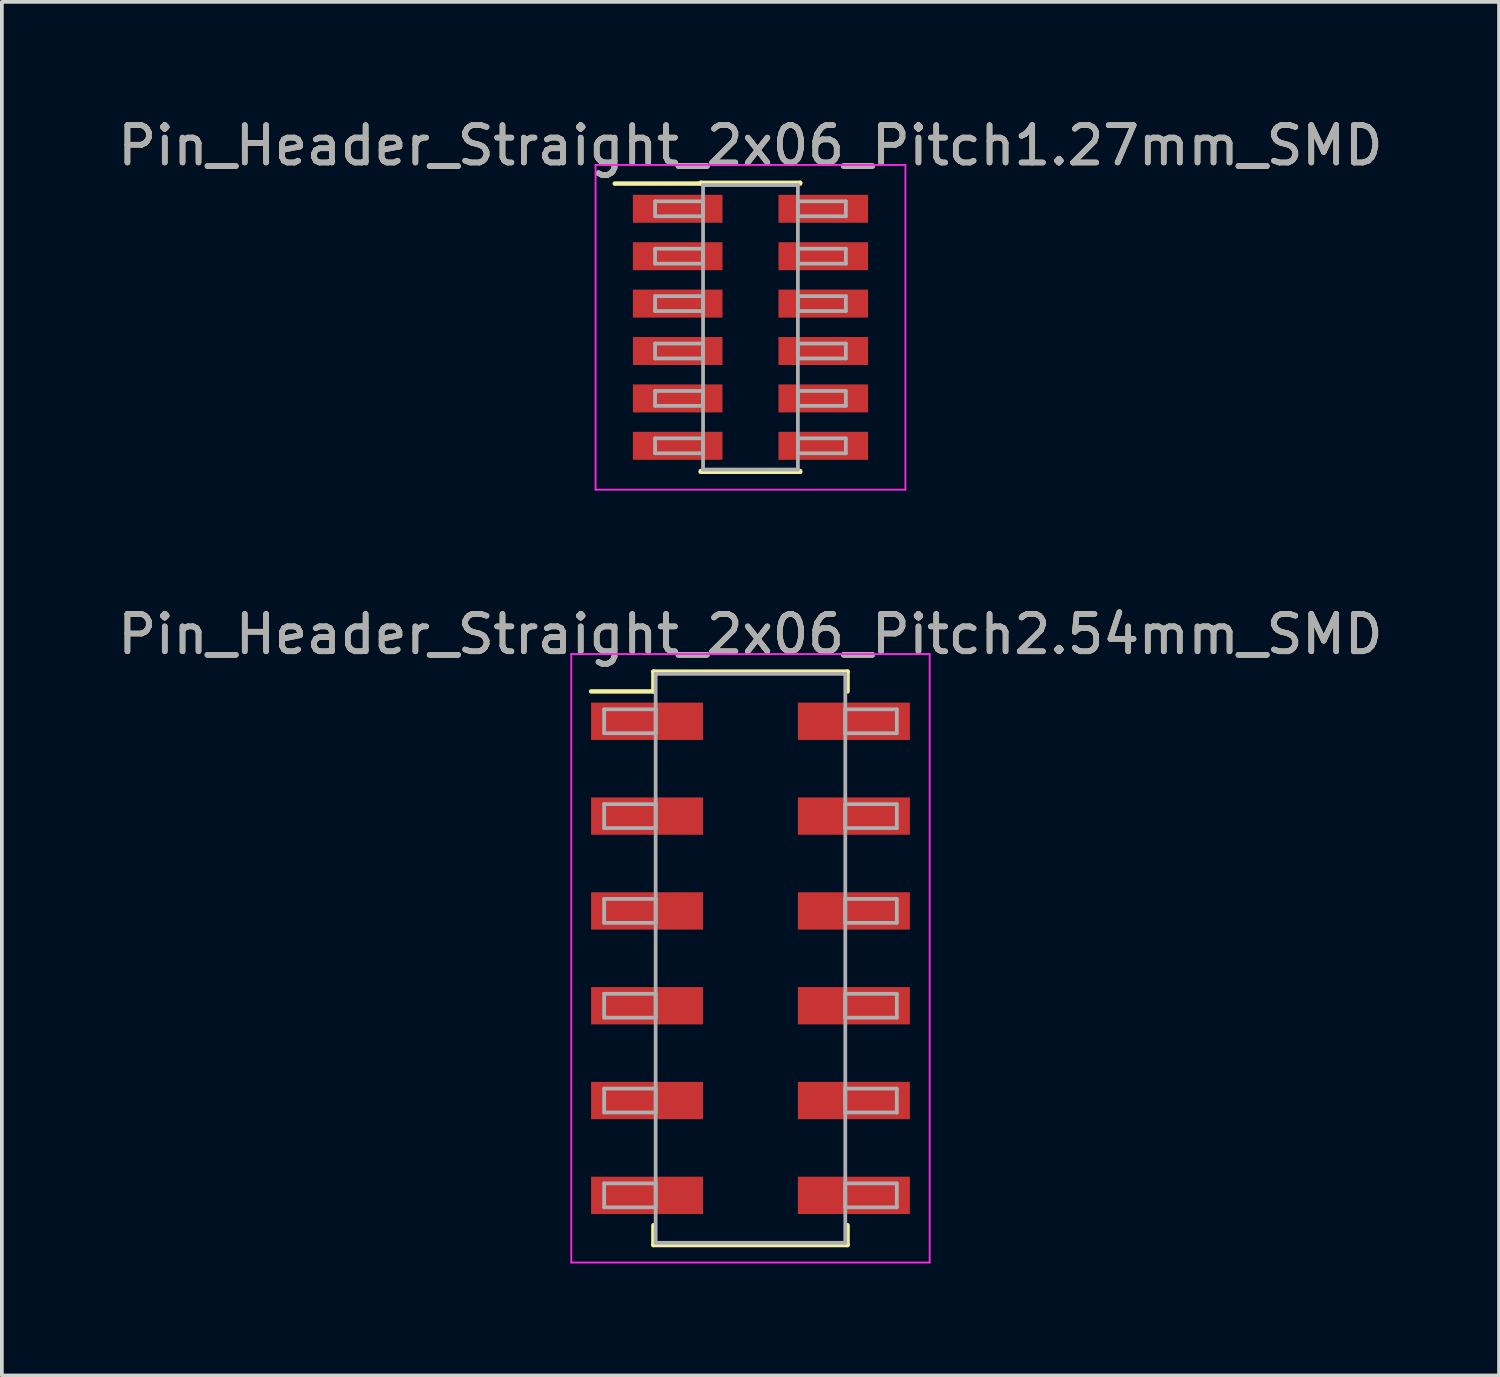
<source format=kicad_pcb>
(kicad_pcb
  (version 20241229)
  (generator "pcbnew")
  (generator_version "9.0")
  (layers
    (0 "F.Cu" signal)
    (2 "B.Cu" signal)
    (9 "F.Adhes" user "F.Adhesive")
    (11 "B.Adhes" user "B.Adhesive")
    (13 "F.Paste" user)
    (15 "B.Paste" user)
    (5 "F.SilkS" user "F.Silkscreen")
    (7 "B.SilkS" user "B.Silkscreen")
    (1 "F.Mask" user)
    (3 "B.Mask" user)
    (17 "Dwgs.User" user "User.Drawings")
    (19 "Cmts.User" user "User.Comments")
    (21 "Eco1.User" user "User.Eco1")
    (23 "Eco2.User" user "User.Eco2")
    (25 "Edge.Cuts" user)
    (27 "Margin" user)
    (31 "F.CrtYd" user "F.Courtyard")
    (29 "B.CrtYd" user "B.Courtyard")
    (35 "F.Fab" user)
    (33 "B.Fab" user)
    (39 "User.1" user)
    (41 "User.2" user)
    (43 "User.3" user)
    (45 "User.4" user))
  (footprint "Pin_Header_Straight_2x06_Pitch2.54mm_SMD"
    (layer "F.Cu")
    (at 17.054 22.622)
    (property "Reference" "Pin_Header_Straight_2x06_Pitch2.54mm_SMD" (at 0 -8.68 0) (layer "F.SilkS") (effects (font (size 1 1) (thickness 0.15))))
    (attr smd)
    (fp_line (start -4.27 -7.15) (end -2.6 -7.15) (stroke (width 0.12) (type solid)) (layer "F.SilkS"))
    (fp_line (start -2.6 -7.68) (end 2.6 -7.68) (stroke (width 0.12) (type solid)) (layer "F.SilkS"))
    (fp_line (start -2.6 -7.15) (end -2.6 -7.68) (stroke (width 0.12) (type solid)) (layer "F.SilkS"))
    (fp_line (start -2.6 7.15) (end -2.6 7.68) (stroke (width 0.12) (type solid)) (layer "F.SilkS"))
    (fp_line (start -2.6 7.68) (end 2.6 7.68) (stroke (width 0.12) (type solid)) (layer "F.SilkS"))
    (fp_line (start 2.6 -7.68) (end 2.6 -7.15) (stroke (width 0.12) (type solid)) (layer "F.SilkS"))
    (fp_line (start 2.6 7.68) (end 2.6 7.15) (stroke (width 0.12) (type solid)) (layer "F.SilkS"))
    (fp_line (start -4.8 -8.15) (end -4.8 8.15) (stroke (width 0.05) (type solid)) (layer "F.CrtYd"))
    (fp_line (start -4.8 8.15) (end 4.8 8.15) (stroke (width 0.05) (type solid)) (layer "F.CrtYd"))
    (fp_line (start 4.8 -8.15) (end -4.8 -8.15) (stroke (width 0.05) (type solid)) (layer "F.CrtYd"))
    (fp_line (start 4.8 8.15) (end 4.8 -8.15) (stroke (width 0.05) (type solid)) (layer "F.CrtYd"))
    (fp_line (start -3.92 -6.67) (end -2.54 -6.67) (stroke (width 0.1) (type solid)) (layer "F.Fab"))
    (fp_line (start -3.92 -6.03) (end -3.92 -6.67) (stroke (width 0.1) (type solid)) (layer "F.Fab"))
    (fp_line (start -3.92 -4.13) (end -2.54 -4.13) (stroke (width 0.1) (type solid)) (layer "F.Fab"))
    (fp_line (start -3.92 -3.49) (end -3.92 -4.13) (stroke (width 0.1) (type solid)) (layer "F.Fab"))
    (fp_line (start -3.92 -1.59) (end -2.54 -1.59) (stroke (width 0.1) (type solid)) (layer "F.Fab"))
    (fp_line (start -3.92 -0.95) (end -3.92 -1.59) (stroke (width 0.1) (type solid)) (layer "F.Fab"))
    (fp_line (start -3.92 0.95) (end -2.54 0.95) (stroke (width 0.1) (type solid)) (layer "F.Fab"))
    (fp_line (start -3.92 1.59) (end -3.92 0.95) (stroke (width 0.1) (type solid)) (layer "F.Fab"))
    (fp_line (start -3.92 3.49) (end -2.54 3.49) (stroke (width 0.1) (type solid)) (layer "F.Fab"))
    (fp_line (start -3.92 4.13) (end -3.92 3.49) (stroke (width 0.1) (type solid)) (layer "F.Fab"))
    (fp_line (start -3.92 6.03) (end -2.54 6.03) (stroke (width 0.1) (type solid)) (layer "F.Fab"))
    (fp_line (start -3.92 6.67) (end -3.92 6.03) (stroke (width 0.1) (type solid)) (layer "F.Fab"))
    (fp_line (start -2.54 -7.62) (end -2.54 7.62) (stroke (width 0.1) (type solid)) (layer "F.Fab"))
    (fp_line (start -2.54 -6.67) (end -2.54 -6.03) (stroke (width 0.1) (type solid)) (layer "F.Fab"))
    (fp_line (start -2.54 -6.03) (end -3.92 -6.03) (stroke (width 0.1) (type solid)) (layer "F.Fab"))
    (fp_line (start -2.54 -4.13) (end -2.54 -3.49) (stroke (width 0.1) (type solid)) (layer "F.Fab"))
    (fp_line (start -2.54 -3.49) (end -3.92 -3.49) (stroke (width 0.1) (type solid)) (layer "F.Fab"))
    (fp_line (start -2.54 -1.59) (end -2.54 -0.95) (stroke (width 0.1) (type solid)) (layer "F.Fab"))
    (fp_line (start -2.54 -0.95) (end -3.92 -0.95) (stroke (width 0.1) (type solid)) (layer "F.Fab"))
    (fp_line (start -2.54 0.95) (end -2.54 1.59) (stroke (width 0.1) (type solid)) (layer "F.Fab"))
    (fp_line (start -2.54 1.59) (end -3.92 1.59) (stroke (width 0.1) (type solid)) (layer "F.Fab"))
    (fp_line (start -2.54 3.49) (end -2.54 4.13) (stroke (width 0.1) (type solid)) (layer "F.Fab"))
    (fp_line (start -2.54 4.13) (end -3.92 4.13) (stroke (width 0.1) (type solid)) (layer "F.Fab"))
    (fp_line (start -2.54 6.03) (end -2.54 6.67) (stroke (width 0.1) (type solid)) (layer "F.Fab"))
    (fp_line (start -2.54 6.67) (end -3.92 6.67) (stroke (width 0.1) (type solid)) (layer "F.Fab"))
    (fp_line (start -2.54 7.62) (end 2.54 7.62) (stroke (width 0.1) (type solid)) (layer "F.Fab"))
    (fp_line (start 2.54 -7.62) (end -2.54 -7.62) (stroke (width 0.1) (type solid)) (layer "F.Fab"))
    (fp_line (start 2.54 -6.67) (end 2.54 -6.03) (stroke (width 0.1) (type solid)) (layer "F.Fab"))
    (fp_line (start 2.54 -6.03) (end 3.92 -6.03) (stroke (width 0.1) (type solid)) (layer "F.Fab"))
    (fp_line (start 2.54 -4.13) (end 2.54 -3.49) (stroke (width 0.1) (type solid)) (layer "F.Fab"))
    (fp_line (start 2.54 -3.49) (end 3.92 -3.49) (stroke (width 0.1) (type solid)) (layer "F.Fab"))
    (fp_line (start 2.54 -1.59) (end 2.54 -0.95) (stroke (width 0.1) (type solid)) (layer "F.Fab"))
    (fp_line (start 2.54 -0.95) (end 3.92 -0.95) (stroke (width 0.1) (type solid)) (layer "F.Fab"))
    (fp_line (start 2.54 0.95) (end 2.54 1.59) (stroke (width 0.1) (type solid)) (layer "F.Fab"))
    (fp_line (start 2.54 1.59) (end 3.92 1.59) (stroke (width 0.1) (type solid)) (layer "F.Fab"))
    (fp_line (start 2.54 3.49) (end 2.54 4.13) (stroke (width 0.1) (type solid)) (layer "F.Fab"))
    (fp_line (start 2.54 4.13) (end 3.92 4.13) (stroke (width 0.1) (type solid)) (layer "F.Fab"))
    (fp_line (start 2.54 6.03) (end 2.54 6.67) (stroke (width 0.1) (type solid)) (layer "F.Fab"))
    (fp_line (start 2.54 6.67) (end 3.92 6.67) (stroke (width 0.1) (type solid)) (layer "F.Fab"))
    (fp_line (start 2.54 7.62) (end 2.54 -7.62) (stroke (width 0.1) (type solid)) (layer "F.Fab"))
    (fp_line (start 3.92 -6.67) (end 2.54 -6.67) (stroke (width 0.1) (type solid)) (layer "F.Fab"))
    (fp_line (start 3.92 -6.03) (end 3.92 -6.67) (stroke (width 0.1) (type solid)) (layer "F.Fab"))
    (fp_line (start 3.92 -4.13) (end 2.54 -4.13) (stroke (width 0.1) (type solid)) (layer "F.Fab"))
    (fp_line (start 3.92 -3.49) (end 3.92 -4.13) (stroke (width 0.1) (type solid)) (layer "F.Fab"))
    (fp_line (start 3.92 -1.59) (end 2.54 -1.59) (stroke (width 0.1) (type solid)) (layer "F.Fab"))
    (fp_line (start 3.92 -0.95) (end 3.92 -1.59) (stroke (width 0.1) (type solid)) (layer "F.Fab"))
    (fp_line (start 3.92 0.95) (end 2.54 0.95) (stroke (width 0.1) (type solid)) (layer "F.Fab"))
    (fp_line (start 3.92 1.59) (end 3.92 0.95) (stroke (width 0.1) (type solid)) (layer "F.Fab"))
    (fp_line (start 3.92 3.49) (end 2.54 3.49) (stroke (width 0.1) (type solid)) (layer "F.Fab"))
    (fp_line (start 3.92 4.13) (end 3.92 3.49) (stroke (width 0.1) (type solid)) (layer "F.Fab"))
    (fp_line (start 3.92 6.03) (end 2.54 6.03) (stroke (width 0.1) (type solid)) (layer "F.Fab"))
    (fp_line (start 3.92 6.67) (end 3.92 6.03) (stroke (width 0.1) (type solid)) (layer "F.Fab"))
    (fp_text user "${REFERENCE}" (at 0 -8.68 0) (layer "F.Fab") (effects (font (size 1 1) (thickness 0.15))))
    (pad "1" smd rect (at -2.77 -6.35) (size 3 1) (layers "F.Cu" "F.Mask" "F.Paste"))
    (pad "2" smd rect (at 2.77 -6.35) (size 3 1) (layers "F.Cu" "F.Mask" "F.Paste"))
    (pad "3" smd rect (at -2.77 -3.81) (size 3 1) (layers "F.Cu" "F.Mask" "F.Paste"))
    (pad "4" smd rect (at 2.77 -3.81) (size 3 1) (layers "F.Cu" "F.Mask" "F.Paste"))
    (pad "5" smd rect (at -2.77 -1.27) (size 3 1) (layers "F.Cu" "F.Mask" "F.Paste"))
    (pad "6" smd rect (at 2.77 -1.27) (size 3 1) (layers "F.Cu" "F.Mask" "F.Paste"))
    (pad "7" smd rect (at -2.77 1.27) (size 3 1) (layers "F.Cu" "F.Mask" "F.Paste"))
    (pad "8" smd rect (at 2.77 1.27) (size 3 1) (layers "F.Cu" "F.Mask" "F.Paste"))
    (pad "9" smd rect (at -2.77 3.81) (size 3 1) (layers "F.Cu" "F.Mask" "F.Paste"))
    (pad "10" smd rect (at 2.77 3.81) (size 3 1) (layers "F.Cu" "F.Mask" "F.Paste"))
    (pad "11" smd rect (at -2.77 6.35) (size 3 1) (layers "F.Cu" "F.Mask" "F.Paste"))
    (pad "12" smd rect (at 2.77 6.35) (size 3 1) (layers "F.Cu" "F.Mask" "F.Paste")))
  (footprint "Pin_Header_Straight_2x06_Pitch1.27mm_SMD"
    (layer "F.Cu")
    (at 17.054 5.718)
    (property "Reference" "Pin_Header_Straight_2x06_Pitch1.27mm_SMD" (at 0 -4.87 0) (layer "F.SilkS") (effects (font (size 1 1) (thickness 0.15))))
    (attr smd)
    (fp_line (start -3.635 -3.85) (end -1.33 -3.85) (stroke (width 0.12) (type solid)) (layer "F.SilkS"))
    (fp_line (start -1.33 -3.87) (end 1.33 -3.87) (stroke (width 0.12) (type solid)) (layer "F.SilkS"))
    (fp_line (start -1.33 -3.85) (end -1.33 -3.87) (stroke (width 0.12) (type solid)) (layer "F.SilkS"))
    (fp_line (start -1.33 3.85) (end -1.33 3.87) (stroke (width 0.12) (type solid)) (layer "F.SilkS"))
    (fp_line (start -1.33 3.87) (end 1.33 3.87) (stroke (width 0.12) (type solid)) (layer "F.SilkS"))
    (fp_line (start 1.33 -3.87) (end 1.33 -3.85) (stroke (width 0.12) (type solid)) (layer "F.SilkS"))
    (fp_line (start 1.33 3.87) (end 1.33 3.85) (stroke (width 0.12) (type solid)) (layer "F.SilkS"))
    (fp_line (start -4.15 -4.35) (end -4.15 4.35) (stroke (width 0.05) (type solid)) (layer "F.CrtYd"))
    (fp_line (start -4.15 4.35) (end 4.15 4.35) (stroke (width 0.05) (type solid)) (layer "F.CrtYd"))
    (fp_line (start 4.15 -4.35) (end -4.15 -4.35) (stroke (width 0.05) (type solid)) (layer "F.CrtYd"))
    (fp_line (start 4.15 4.35) (end 4.15 -4.35) (stroke (width 0.05) (type solid)) (layer "F.CrtYd"))
    (fp_line (start -2.555 -3.375) (end -1.27 -3.375) (stroke (width 0.1) (type solid)) (layer "F.Fab"))
    (fp_line (start -2.555 -2.975) (end -2.555 -3.375) (stroke (width 0.1) (type solid)) (layer "F.Fab"))
    (fp_line (start -2.555 -2.105) (end -1.27 -2.105) (stroke (width 0.1) (type solid)) (layer "F.Fab"))
    (fp_line (start -2.555 -1.705) (end -2.555 -2.105) (stroke (width 0.1) (type solid)) (layer "F.Fab"))
    (fp_line (start -2.555 -0.835) (end -1.27 -0.835) (stroke (width 0.1) (type solid)) (layer "F.Fab"))
    (fp_line (start -2.555 -0.435) (end -2.555 -0.835) (stroke (width 0.1) (type solid)) (layer "F.Fab"))
    (fp_line (start -2.555 0.435) (end -1.27 0.435) (stroke (width 0.1) (type solid)) (layer "F.Fab"))
    (fp_line (start -2.555 0.835) (end -2.555 0.435) (stroke (width 0.1) (type solid)) (layer "F.Fab"))
    (fp_line (start -2.555 1.705) (end -1.27 1.705) (stroke (width 0.1) (type solid)) (layer "F.Fab"))
    (fp_line (start -2.555 2.105) (end -2.555 1.705) (stroke (width 0.1) (type solid)) (layer "F.Fab"))
    (fp_line (start -2.555 2.975) (end -1.27 2.975) (stroke (width 0.1) (type solid)) (layer "F.Fab"))
    (fp_line (start -2.555 3.375) (end -2.555 2.975) (stroke (width 0.1) (type solid)) (layer "F.Fab"))
    (fp_line (start -1.27 -3.81) (end -1.27 3.81) (stroke (width 0.1) (type solid)) (layer "F.Fab"))
    (fp_line (start -1.27 -3.375) (end -1.27 -2.975) (stroke (width 0.1) (type solid)) (layer "F.Fab"))
    (fp_line (start -1.27 -2.975) (end -2.555 -2.975) (stroke (width 0.1) (type solid)) (layer "F.Fab"))
    (fp_line (start -1.27 -2.105) (end -1.27 -1.705) (stroke (width 0.1) (type solid)) (layer "F.Fab"))
    (fp_line (start -1.27 -1.705) (end -2.555 -1.705) (stroke (width 0.1) (type solid)) (layer "F.Fab"))
    (fp_line (start -1.27 -0.835) (end -1.27 -0.435) (stroke (width 0.1) (type solid)) (layer "F.Fab"))
    (fp_line (start -1.27 -0.435) (end -2.555 -0.435) (stroke (width 0.1) (type solid)) (layer "F.Fab"))
    (fp_line (start -1.27 0.435) (end -1.27 0.835) (stroke (width 0.1) (type solid)) (layer "F.Fab"))
    (fp_line (start -1.27 0.835) (end -2.555 0.835) (stroke (width 0.1) (type solid)) (layer "F.Fab"))
    (fp_line (start -1.27 1.705) (end -1.27 2.105) (stroke (width 0.1) (type solid)) (layer "F.Fab"))
    (fp_line (start -1.27 2.105) (end -2.555 2.105) (stroke (width 0.1) (type solid)) (layer "F.Fab"))
    (fp_line (start -1.27 2.975) (end -1.27 3.375) (stroke (width 0.1) (type solid)) (layer "F.Fab"))
    (fp_line (start -1.27 3.375) (end -2.555 3.375) (stroke (width 0.1) (type solid)) (layer "F.Fab"))
    (fp_line (start -1.27 3.81) (end 1.27 3.81) (stroke (width 0.1) (type solid)) (layer "F.Fab"))
    (fp_line (start 1.27 -3.81) (end -1.27 -3.81) (stroke (width 0.1) (type solid)) (layer "F.Fab"))
    (fp_line (start 1.27 -3.375) (end 1.27 -2.975) (stroke (width 0.1) (type solid)) (layer "F.Fab"))
    (fp_line (start 1.27 -2.975) (end 2.555 -2.975) (stroke (width 0.1) (type solid)) (layer "F.Fab"))
    (fp_line (start 1.27 -2.105) (end 1.27 -1.705) (stroke (width 0.1) (type solid)) (layer "F.Fab"))
    (fp_line (start 1.27 -1.705) (end 2.555 -1.705) (stroke (width 0.1) (type solid)) (layer "F.Fab"))
    (fp_line (start 1.27 -0.835) (end 1.27 -0.435) (stroke (width 0.1) (type solid)) (layer "F.Fab"))
    (fp_line (start 1.27 -0.435) (end 2.555 -0.435) (stroke (width 0.1) (type solid)) (layer "F.Fab"))
    (fp_line (start 1.27 0.435) (end 1.27 0.835) (stroke (width 0.1) (type solid)) (layer "F.Fab"))
    (fp_line (start 1.27 0.835) (end 2.555 0.835) (stroke (width 0.1) (type solid)) (layer "F.Fab"))
    (fp_line (start 1.27 1.705) (end 1.27 2.105) (stroke (width 0.1) (type solid)) (layer "F.Fab"))
    (fp_line (start 1.27 2.105) (end 2.555 2.105) (stroke (width 0.1) (type solid)) (layer "F.Fab"))
    (fp_line (start 1.27 2.975) (end 1.27 3.375) (stroke (width 0.1) (type solid)) (layer "F.Fab"))
    (fp_line (start 1.27 3.375) (end 2.555 3.375) (stroke (width 0.1) (type solid)) (layer "F.Fab"))
    (fp_line (start 1.27 3.81) (end 1.27 -3.81) (stroke (width 0.1) (type solid)) (layer "F.Fab"))
    (fp_line (start 2.555 -3.375) (end 1.27 -3.375) (stroke (width 0.1) (type solid)) (layer "F.Fab"))
    (fp_line (start 2.555 -2.975) (end 2.555 -3.375) (stroke (width 0.1) (type solid)) (layer "F.Fab"))
    (fp_line (start 2.555 -2.105) (end 1.27 -2.105) (stroke (width 0.1) (type solid)) (layer "F.Fab"))
    (fp_line (start 2.555 -1.705) (end 2.555 -2.105) (stroke (width 0.1) (type solid)) (layer "F.Fab"))
    (fp_line (start 2.555 -0.835) (end 1.27 -0.835) (stroke (width 0.1) (type solid)) (layer "F.Fab"))
    (fp_line (start 2.555 -0.435) (end 2.555 -0.835) (stroke (width 0.1) (type solid)) (layer "F.Fab"))
    (fp_line (start 2.555 0.435) (end 1.27 0.435) (stroke (width 0.1) (type solid)) (layer "F.Fab"))
    (fp_line (start 2.555 0.835) (end 2.555 0.435) (stroke (width 0.1) (type solid)) (layer "F.Fab"))
    (fp_line (start 2.555 1.705) (end 1.27 1.705) (stroke (width 0.1) (type solid)) (layer "F.Fab"))
    (fp_line (start 2.555 2.105) (end 2.555 1.705) (stroke (width 0.1) (type solid)) (layer "F.Fab"))
    (fp_line (start 2.555 2.975) (end 1.27 2.975) (stroke (width 0.1) (type solid)) (layer "F.Fab"))
    (fp_line (start 2.555 3.375) (end 2.555 2.975) (stroke (width 0.1) (type solid)) (layer "F.Fab"))
    (fp_text user "${REFERENCE}" (at 0 -4.87 0) (layer "F.Fab") (effects (font (size 1 1) (thickness 0.15))))
    (pad "1" smd rect (at -1.95 -3.175) (size 2.4 0.75) (layers "F.Cu" "F.Mask" "F.Paste"))
    (pad "2" smd rect (at 1.95 -3.175) (size 2.4 0.75) (layers "F.Cu" "F.Mask" "F.Paste"))
    (pad "3" smd rect (at -1.95 -1.905) (size 2.4 0.75) (layers "F.Cu" "F.Mask" "F.Paste"))
    (pad "4" smd rect (at 1.95 -1.905) (size 2.4 0.75) (layers "F.Cu" "F.Mask" "F.Paste"))
    (pad "5" smd rect (at -1.95 -0.635) (size 2.4 0.75) (layers "F.Cu" "F.Mask" "F.Paste"))
    (pad "6" smd rect (at 1.95 -0.635) (size 2.4 0.75) (layers "F.Cu" "F.Mask" "F.Paste"))
    (pad "7" smd rect (at -1.95 0.635) (size 2.4 0.75) (layers "F.Cu" "F.Mask" "F.Paste"))
    (pad "8" smd rect (at 1.95 0.635) (size 2.4 0.75) (layers "F.Cu" "F.Mask" "F.Paste"))
    (pad "9" smd rect (at -1.95 1.905) (size 2.4 0.75) (layers "F.Cu" "F.Mask" "F.Paste"))
    (pad "10" smd rect (at 1.95 1.905) (size 2.4 0.75) (layers "F.Cu" "F.Mask" "F.Paste"))
    (pad "11" smd rect (at -1.95 3.175) (size 2.4 0.75) (layers "F.Cu" "F.Mask" "F.Paste"))
    (pad "12" smd rect (at 1.95 3.175) (size 2.4 0.75) (layers "F.Cu" "F.Mask" "F.Paste")))
  (gr_rect
    (start -3 -3)
    (end 37.107 33.797)
    (stroke (width 0.1) (type default))
    (fill no)
    (layer "Edge.Cuts")))
</source>
